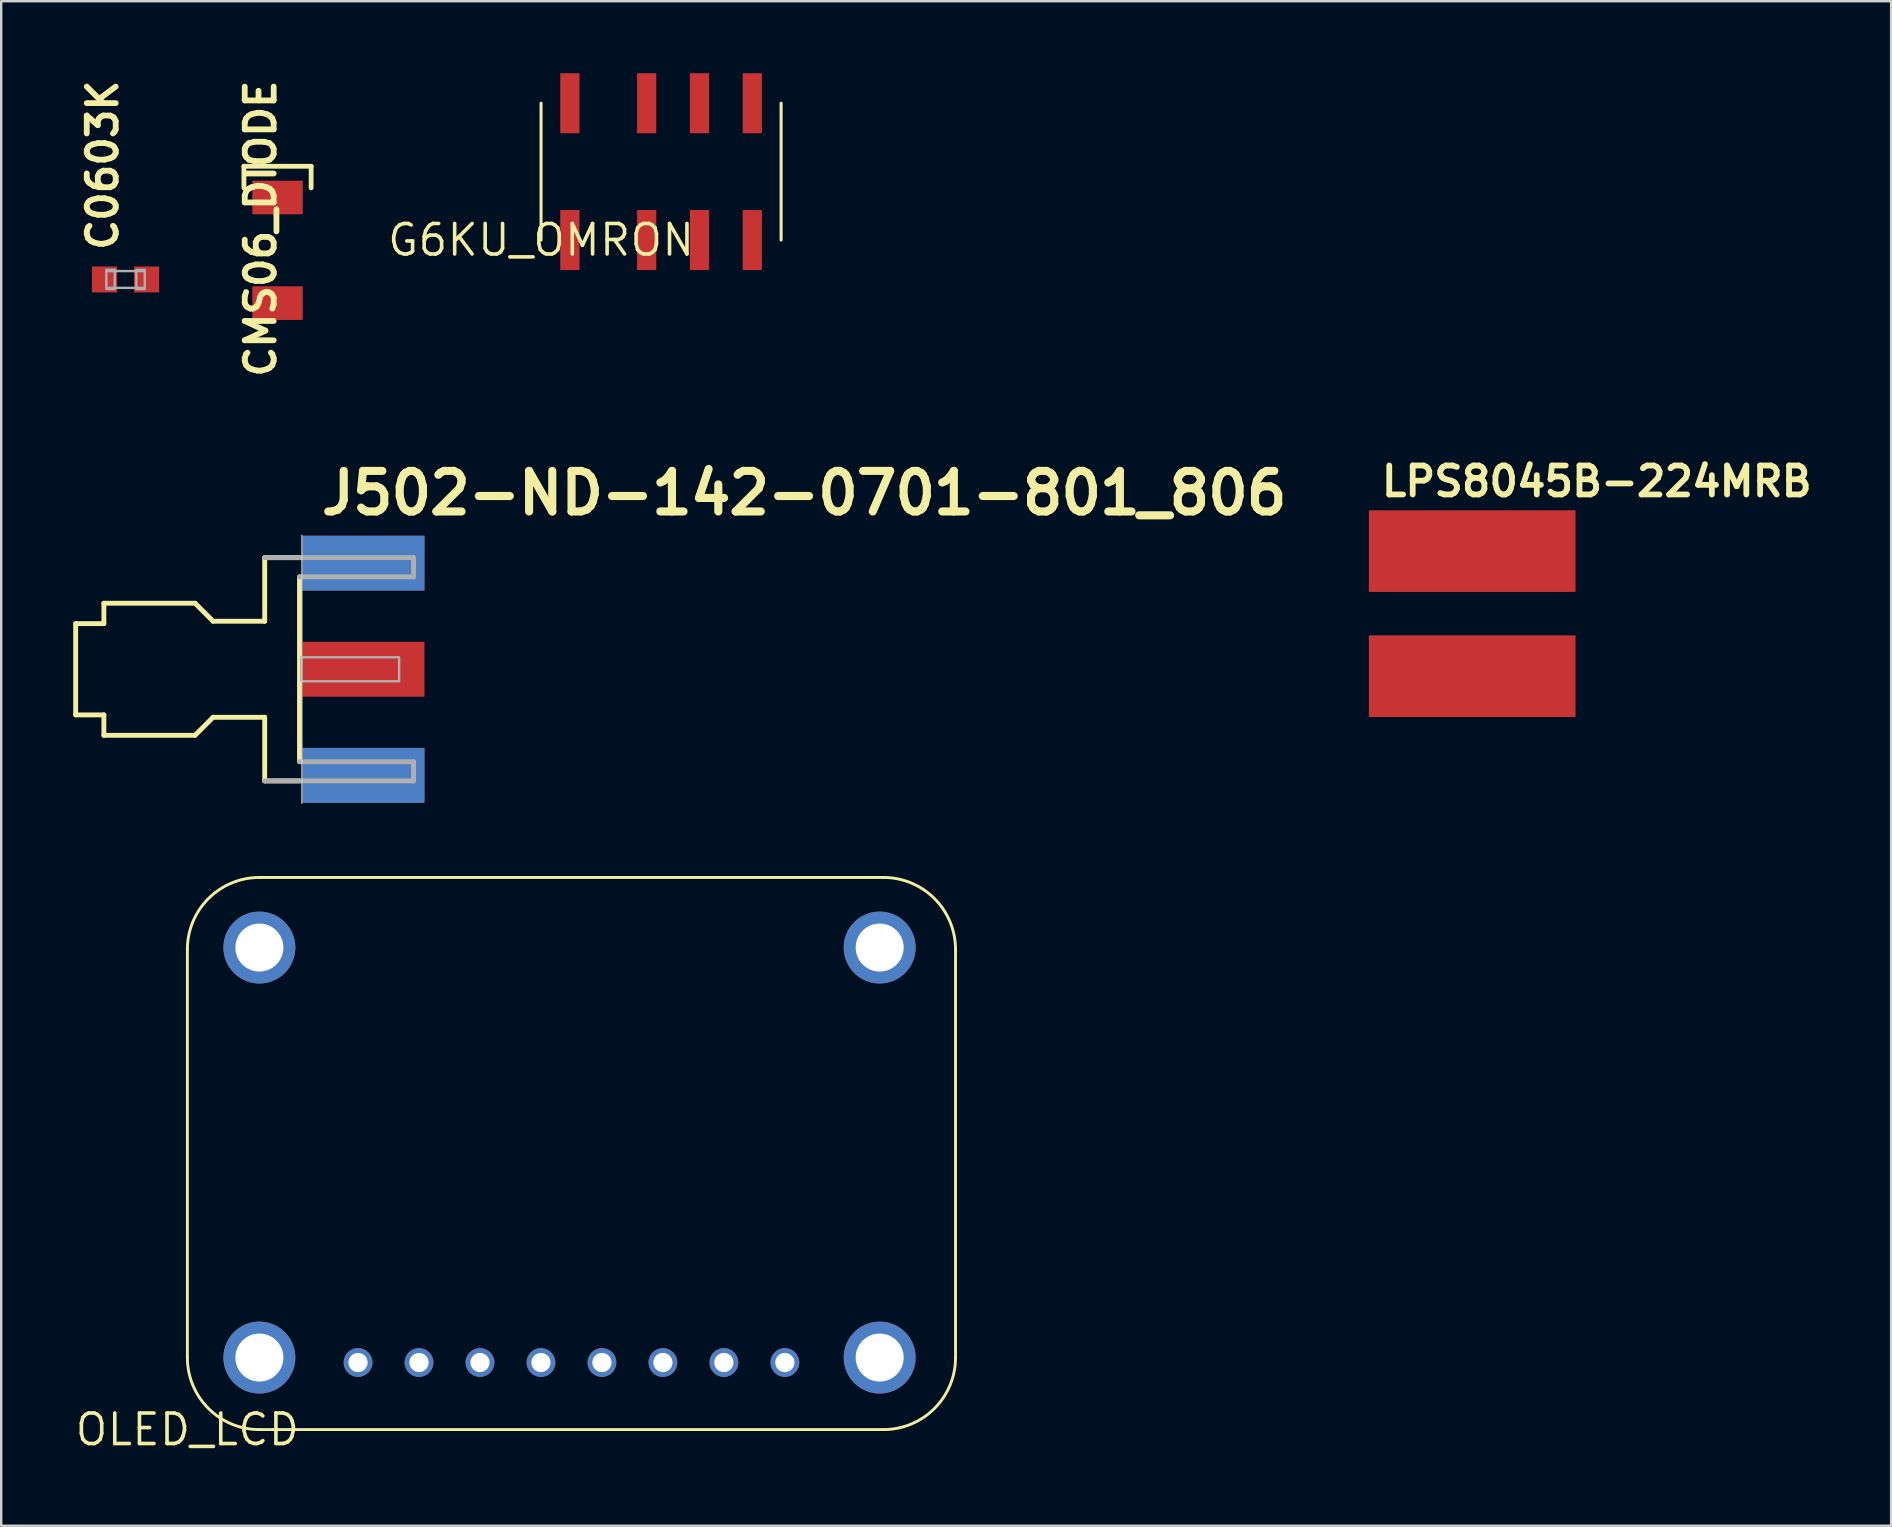
<source format=kicad_pcb>
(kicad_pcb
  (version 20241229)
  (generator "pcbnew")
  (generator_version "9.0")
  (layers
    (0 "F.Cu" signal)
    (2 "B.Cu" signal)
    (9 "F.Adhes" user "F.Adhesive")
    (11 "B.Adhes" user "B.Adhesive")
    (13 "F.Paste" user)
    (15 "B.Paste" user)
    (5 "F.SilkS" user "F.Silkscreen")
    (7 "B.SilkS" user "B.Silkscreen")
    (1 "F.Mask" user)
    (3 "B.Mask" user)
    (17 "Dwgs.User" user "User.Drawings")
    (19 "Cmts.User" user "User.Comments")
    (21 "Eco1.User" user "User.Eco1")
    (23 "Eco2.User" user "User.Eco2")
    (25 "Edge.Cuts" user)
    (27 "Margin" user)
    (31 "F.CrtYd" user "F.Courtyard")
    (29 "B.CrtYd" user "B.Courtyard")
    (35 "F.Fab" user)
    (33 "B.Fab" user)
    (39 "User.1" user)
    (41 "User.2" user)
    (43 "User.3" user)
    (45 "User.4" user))
  (footprint "CMS06_DIODE"
    (layer "F.Cu")
    (at 8.511 9.577)
    (property "Reference" "CMS06_DIODE" (at 0 3.2 90) (layer "F.SilkS") (effects (font (size 1.206 1.206) (thickness 0.241)) (justify left bottom)))
    (attr through_hole)
    (fp_line (start -1.4 -5.7) (end 1.4 -5.7) (stroke (width 0.2) (type solid)) (layer "F.SilkS"))
    (fp_line (start -1.4 -4.8) (end -1.4 -5.7) (stroke (width 0.2) (type solid)) (layer "F.SilkS"))
    (fp_line (start 1.4 -4.8) (end 1.4 -5.7) (stroke (width 0.2) (type solid)) (layer "F.SilkS"))
    (pad "AN" smd rect (at 0 0) (size 2.1 1.4) (layers "F.Cu" "F.Mask" "F.Paste"))
    (pad "CAT" smd rect (at 0 -4.4) (size 2.1 1.4) (layers "F.Cu" "F.Mask" "F.Paste")))
  (footprint "LPS8045B-224MRB"
    (layer "F.Cu")
    (at 58.278 19.908)
    (property "Reference" "LPS8045B-224MRB" (at -3.9 -2.2 180) (layer "F.SilkS") (effects (font (size 1.206 1.206) (thickness 0.241)) (justify left bottom)))
    (attr through_hole)
    (pad "1" smd rect (at 0 0) (size 8.61 3.4) (layers "F.Cu" "F.Mask" "F.Paste"))
    (pad "2" smd rect (at 0 5.21) (size 8.61 3.4) (layers "F.Cu" "F.Mask" "F.Paste")))
  (footprint "OLED_LCD"
    (layer "F.Cu")
    (at 4.755 56.503)
    (property "Reference" "OLED_LCD" (at 0 0 0) (layer "F.SilkS") (effects (font (size 1.27 1.27) (thickness 0.15))))
    (attr through_hole)
    (fp_line (start 0 -3) (end 0 -20) (stroke (width 0.12) (type solid)) (layer "F.SilkS"))
    (fp_line (start 3 -23) (end 29 -23) (stroke (width 0.12) (type solid)) (layer "F.SilkS"))
    (fp_line (start 29 0) (end 3 0) (stroke (width 0.12) (type solid)) (layer "F.SilkS"))
    (fp_line (start 32 -20) (end 32 -3) (stroke (width 0.12) (type solid)) (layer "F.SilkS"))
    (fp_arc (start 0 -20) (mid 0.878621 -22.121378) (end 2.999999 -22.999999) (stroke (width 0.12) (type solid)) (layer "F.SilkS"))
    (fp_arc (start 3 0) (mid 0.878709 -0.878709) (end 0 -3) (stroke (width 0.12) (type solid)) (layer "F.SilkS"))
    (fp_arc (start 29 -23) (mid 31.121409 -22.121407) (end 32 -19.999998) (stroke (width 0.12) (type solid)) (layer "F.SilkS"))
    (fp_arc (start 32 -3) (mid 31.121291 -0.878708) (end 28.999999 0.000001) (stroke (width 0.12) (type solid)) (layer "F.SilkS"))
    (pad "P$1" thru_hole circle (at 7.11 -2.794) (size 1.2 1.2) (drill 0.8) (layers "*.Cu" "*.Mask"))
    (pad "P$2" thru_hole circle (at 9.65 -2.794) (size 1.2 1.2) (drill 0.8) (layers "*.Cu" "*.Mask"))
    (pad "P$3" thru_hole circle (at 12.19 -2.794) (size 1.2 1.2) (drill 0.8) (layers "*.Cu" "*.Mask"))
    (pad "P$4" thru_hole circle (at 14.73 -2.794) (size 1.2 1.2) (drill 0.8) (layers "*.Cu" "*.Mask"))
    (pad "P$5" thru_hole circle (at 17.27 -2.794) (size 1.2 1.2) (drill 0.8) (layers "*.Cu" "*.Mask"))
    (pad "P$6" thru_hole circle (at 19.81 -2.794) (size 1.2 1.2) (drill 0.8) (layers "*.Cu" "*.Mask"))
    (pad "P$7" thru_hole circle (at 22.35 -2.794) (size 1.2 1.2) (drill 0.8) (layers "*.Cu" "*.Mask"))
    (pad "P$8" thru_hole circle (at 24.89 -2.794) (size 1.2 1.2) (drill 0.8) (layers "*.Cu" "*.Mask"))
    (pad "P$9" thru_hole circle (at 3 -20.08) (size 2.998 2.998) (drill 1.999) (layers "*.Cu" "*.Mask"))
    (pad "P$10" thru_hole circle (at 28.84 -20.08) (size 2.998 2.998) (drill 1.999) (layers "*.Cu" "*.Mask"))
    (pad "P$11" thru_hole circle (at 3 -3) (size 2.998 2.998) (drill 1.999) (layers "*.Cu" "*.Mask"))
    (pad "P$12" thru_hole circle (at 28.84 -3) (size 2.998 2.998) (drill 1.999) (layers "*.Cu" "*.Mask")))
  (footprint "J502-ND-142-0701-801_806"
    (layer "F.Cu")
    (at 9.527 24.83)
    (property "Reference" "J502-ND-142-0701-801_806" (at 0.635 -6.35 0) (layer "F.SilkS") (effects (font (size 1.689 1.689) (thickness 0.338)) (justify left bottom)))
    (attr through_hole)
    (fp_line (start -9.425 -1.9) (end -8.25 -1.9) (stroke (width 0.203) (type solid)) (layer "F.SilkS"))
    (fp_line (start -9.425 1.9) (end -9.425 -1.9) (stroke (width 0.203) (type solid)) (layer "F.SilkS"))
    (fp_line (start -8.25 -2.75) (end -4.45 -2.75) (stroke (width 0.203) (type solid)) (layer "F.SilkS"))
    (fp_line (start -8.25 -1.9) (end -8.25 -2.75) (stroke (width 0.203) (type solid)) (layer "F.SilkS"))
    (fp_line (start -8.25 1.9) (end -9.425 1.9) (stroke (width 0.203) (type solid)) (layer "F.SilkS"))
    (fp_line (start -8.25 2.75) (end -8.25 1.9) (stroke (width 0.203) (type solid)) (layer "F.SilkS"))
    (fp_line (start -4.45 -2.75) (end -3.7 -2) (stroke (width 0.203) (type solid)) (layer "F.SilkS"))
    (fp_line (start -4.45 2.75) (end -8.25 2.75) (stroke (width 0.203) (type solid)) (layer "F.SilkS"))
    (fp_line (start -3.7 -2) (end -1.55 -2) (stroke (width 0.203) (type solid)) (layer "F.SilkS"))
    (fp_line (start -3.7 2) (end -4.45 2.75) (stroke (width 0.203) (type solid)) (layer "F.SilkS"))
    (fp_line (start -1.55 -4.65) (end -0.1 -4.65) (stroke (width 0.203) (type solid)) (layer "F.SilkS"))
    (fp_line (start -1.55 -2) (end -1.55 -4.65) (stroke (width 0.203) (type solid)) (layer "F.SilkS"))
    (fp_line (start -1.55 2) (end -3.7 2) (stroke (width 0.203) (type solid)) (layer "F.SilkS"))
    (fp_line (start -1.55 4.65) (end -1.55 2) (stroke (width 0.203) (type solid)) (layer "F.SilkS"))
    (fp_line (start -0.1 3.85) (end -0.1 -3.85) (stroke (width 0.203) (type solid)) (layer "F.SilkS"))
    (fp_line (start -0.1 4.65) (end -1.55 4.65) (stroke (width 0.203) (type solid)) (layer "F.SilkS"))
    (fp_line (start 0 -5.588) (end 0 5.588) (stroke (width 0.05) (type solid)) (layer "Edge.Cuts"))
    (fp_line (start -1.55 -4.65) (end 4.65 -4.65) (stroke (width 0.203) (type solid)) (layer "F.Fab"))
    (fp_line (start -0.1 -3.85) (end 4.65 -3.85) (stroke (width 0.203) (type solid)) (layer "F.Fab"))
    (fp_line (start 4.65 -3.85) (end 4.65 -4.65) (stroke (width 0.203) (type solid)) (layer "F.Fab"))
    (fp_line (start 4.65 3.85) (end -0.1 3.85) (stroke (width 0.203) (type solid)) (layer "F.Fab"))
    (fp_line (start 4.65 4.65) (end -1.55 4.65) (stroke (width 0.203) (type solid)) (layer "F.Fab"))
    (fp_line (start 4.65 4.65) (end 4.65 3.85) (stroke (width 0.203) (type solid)) (layer "F.Fab"))
    (fp_poly (pts (xy -0.025 0.5) (xy 4.05 0.5) (xy 4.05 -0.5) (xy -0.025 -0.5)) (stroke (width 0.1) (type solid)) (fill no) (layer "F.Fab"))
    (pad "1" smd rect (at 2.565 0) (size 5.08 2.286) (layers "F.Cu" "F.Mask" "F.Paste"))
    (pad "G@1" smd rect (at 2.565 -4.42) (size 5.08 2.286) (layers "F.Cu" "F.Mask" "F.Paste"))
    (pad "G@2" smd rect (at 2.565 4.42) (size 5.08 2.286) (layers "F.Cu" "F.Mask" "F.Paste"))
    (pad "G@3" smd rect (at 2.565 -4.42) (size 5.08 2.286) (layers "B.Cu" "B.Mask" "B.Paste"))
    (pad "G@4" smd rect (at 2.565 4.42) (size 5.08 2.286) (layers "B.Cu" "B.Mask" "B.Paste")))
  (footprint "C0603K"
    (layer "F.Cu")
    (at 2.18 8.592)
    (property "Reference" "C0603K" (at -0.25 -1.1 90) (layer "F.SilkS") (effects (font (size 1.206 1.206) (thickness 0.241)) (justify left bottom)))
    (attr through_hole)
    (fp_line (start -0.725 -0.35) (end 0.725 -0.35) (stroke (width 0.102) (type solid)) (layer "F.Fab"))
    (fp_line (start 0.725 0.35) (end -0.725 0.35) (stroke (width 0.102) (type solid)) (layer "F.Fab"))
    (fp_poly (pts (xy -0.8 0.4) (xy -0.45 0.4) (xy -0.45 -0.4) (xy -0.8 -0.4)) (stroke (width 0.1) (type solid)) (fill no) (layer "F.Fab"))
    (fp_poly (pts (xy 0.45 0.4) (xy 0.8 0.4) (xy 0.8 -0.4) (xy 0.45 -0.4)) (stroke (width 0.1) (type solid)) (fill no) (layer "F.Fab"))
    (pad "1" smd rect (at -0.875 0) (size 1.05 1.08) (layers "F.Cu" "F.Mask" "F.Paste"))
    (pad "2" smd rect (at 0.875 0) (size 1.05 1.08) (layers "F.Cu" "F.Mask" "F.Paste")))
  (footprint "G6KU_OMRON"
    (layer "F.Cu")
    (at 19.489 6.95)
    (property "Reference" "G6KU_OMRON" (at 0 0 0) (layer "F.SilkS") (effects (font (size 1.27 1.27) (thickness 0.15))))
    (attr through_hole)
    (fp_line (start 0 0) (end 0 -5.7) (stroke (width 0.127) (type solid)) (layer "F.SilkS"))
    (fp_line (start 10 0) (end 10 -5.7) (stroke (width 0.127) (type solid)) (layer "F.SilkS"))
    (pad "1" smd rect (at 1.2 0 180) (size 0.8 2.5) (layers "F.Cu" "F.Mask" "F.Paste"))
    (pad "2" smd rect (at 4.4 0 180) (size 0.8 2.5) (layers "F.Cu" "F.Mask" "F.Paste"))
    (pad "3" smd rect (at 6.6 0 180) (size 0.8 2.5) (layers "F.Cu" "F.Mask" "F.Paste"))
    (pad "4" smd rect (at 8.8 0 180) (size 0.8 2.5) (layers "F.Cu" "F.Mask" "F.Paste"))
    (pad "5" smd rect (at 8.8 -5.7 180) (size 0.8 2.5) (layers "F.Cu" "F.Mask" "F.Paste"))
    (pad "6" smd rect (at 6.6 -5.7 180) (size 0.8 2.5) (layers "F.Cu" "F.Mask" "F.Paste"))
    (pad "7" smd rect (at 4.4 -5.7 180) (size 0.8 2.5) (layers "F.Cu" "F.Mask" "F.Paste"))
    (pad "8" smd rect (at 1.2 -5.7 180) (size 0.8 2.5) (layers "F.Cu" "F.Mask" "F.Paste")))
  (gr_rect
    (start -3 -3)
    (end 75.729 60.509)
    (stroke (width 0.1) (type default))
    (fill no)
    (layer "Edge.Cuts")))
</source>
